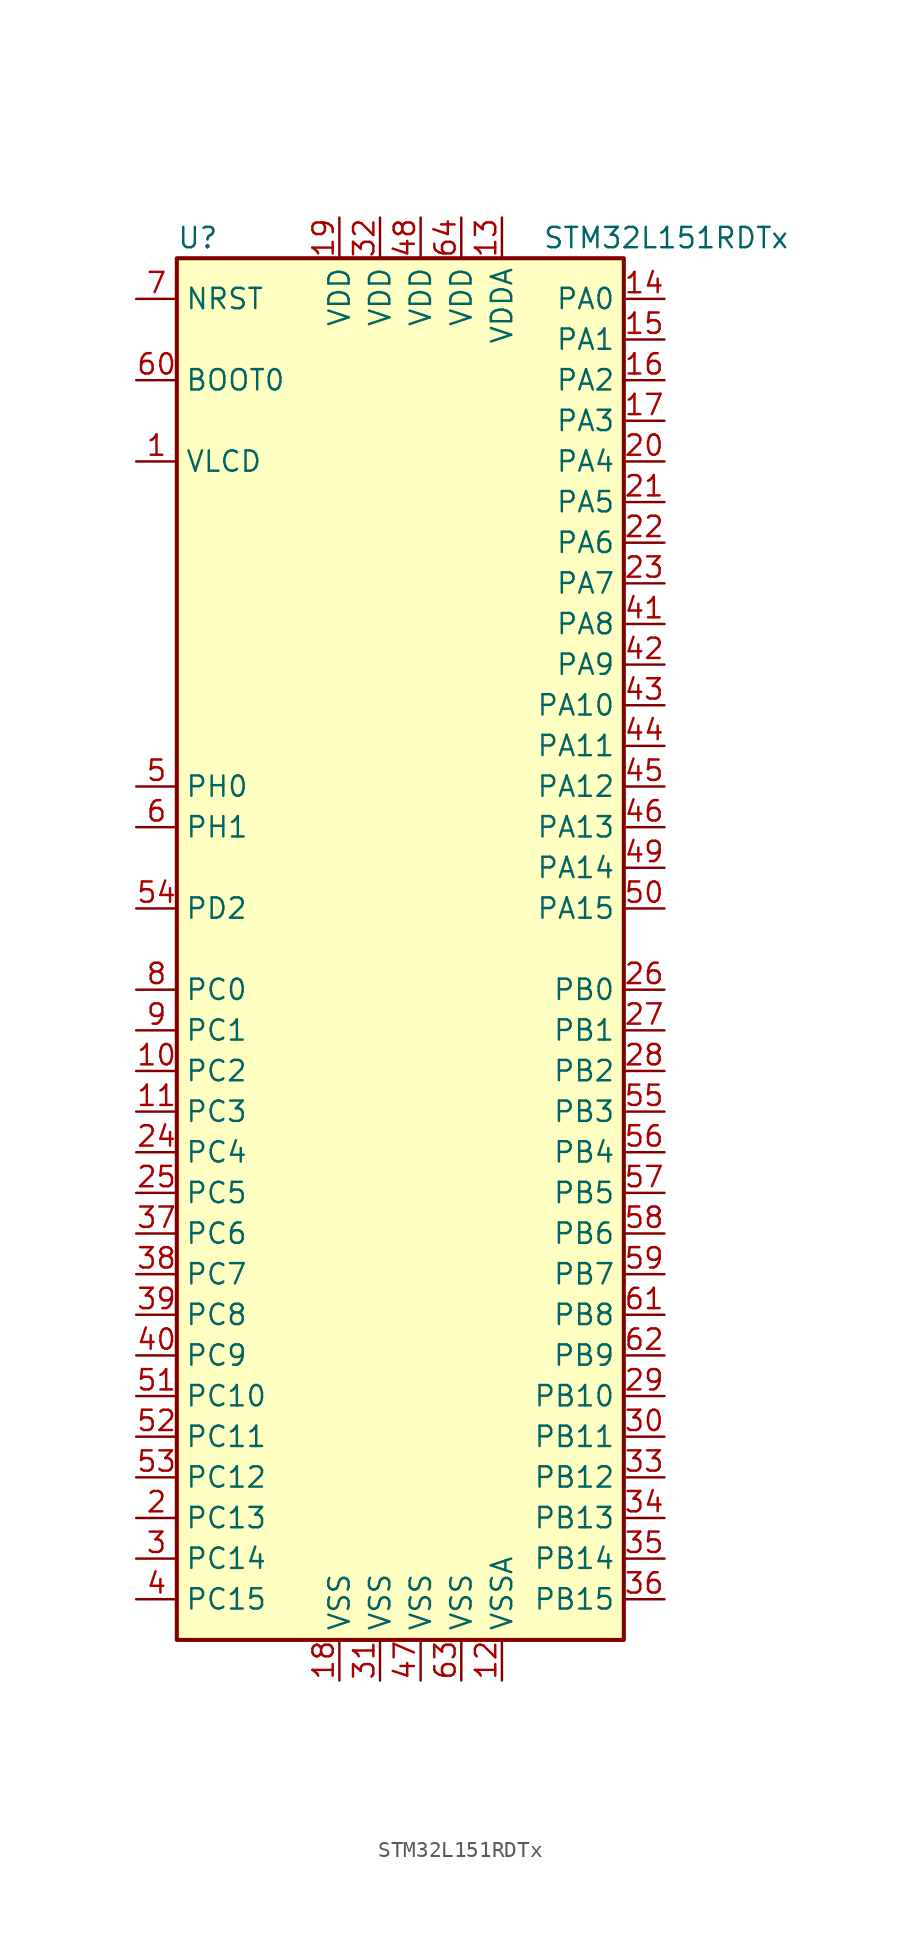
<source format=kicad_sym>
(kicad_symbol_lib
  (version 20211014)
  (generator kicad_symbol_editor)
  (symbol "STM32L151RDTx"
    (property "Reference" "U"
      (at -15.24 44.45 0)
      (effects (font (size 1.27 1.27)) (justify left)))
    (property "Value" "STM32L151RDTx"
      (at 7.62 44.45 0)
      (effects (font (size 1.27 1.27)) (justify left)))
    (symbol "STM32L151RDTx_0_1"
      (rectangle (start -15.24 -43.18) (end 12.7 43.18) (stroke (width 0.254) (type default) (color 0 0 0 0)) (fill (type background))))
    (symbol "STM32L151RDTx_1_1"
      (pin power_in line (at -17.78 30.48 0) (length 2.54) (name "VLCD" (effects (font (size 1.27 1.27)))) (number "1" (effects (font (size 1.27 1.27)))))
      (pin bidirectional line (at -17.78 -7.62 0) (length 2.54) (name "PC2" (effects (font (size 1.27 1.27)))) (number "10" (effects (font (size 1.27 1.27)))))
      (pin bidirectional line (at -17.78 -10.16 0) (length 2.54) (name "PC3" (effects (font (size 1.27 1.27)))) (number "11" (effects (font (size 1.27 1.27)))))
      (pin power_in line (at 5.08 -45.72 90) (length 2.54) (name "VSSA" (effects (font (size 1.27 1.27)))) (number "12" (effects (font (size 1.27 1.27)))))
      (pin power_in line (at 5.08 45.72 270) (length 2.54) (name "VDDA" (effects (font (size 1.27 1.27)))) (number "13" (effects (font (size 1.27 1.27)))))
      (pin bidirectional line (at 15.24 40.64 180) (length 2.54) (name "PA0" (effects (font (size 1.27 1.27)))) (number "14" (effects (font (size 1.27 1.27)))))
      (pin bidirectional line (at 15.24 38.1 180) (length 2.54) (name "PA1" (effects (font (size 1.27 1.27)))) (number "15" (effects (font (size 1.27 1.27)))))
      (pin bidirectional line (at 15.24 35.56 180) (length 2.54) (name "PA2" (effects (font (size 1.27 1.27)))) (number "16" (effects (font (size 1.27 1.27)))))
      (pin bidirectional line (at 15.24 33.02 180) (length 2.54) (name "PA3" (effects (font (size 1.27 1.27)))) (number "17" (effects (font (size 1.27 1.27)))))
      (pin power_in line (at -5.08 -45.72 90) (length 2.54) (name "VSS" (effects (font (size 1.27 1.27)))) (number "18" (effects (font (size 1.27 1.27)))))
      (pin power_in line (at -5.08 45.72 270) (length 2.54) (name "VDD" (effects (font (size 1.27 1.27)))) (number "19" (effects (font (size 1.27 1.27)))))
      (pin bidirectional line (at -17.78 -35.56 0) (length 2.54) (name "PC13" (effects (font (size 1.27 1.27)))) (number "2" (effects (font (size 1.27 1.27)))))
      (pin bidirectional line (at 15.24 30.48 180) (length 2.54) (name "PA4" (effects (font (size 1.27 1.27)))) (number "20" (effects (font (size 1.27 1.27)))))
      (pin bidirectional line (at 15.24 27.94 180) (length 2.54) (name "PA5" (effects (font (size 1.27 1.27)))) (number "21" (effects (font (size 1.27 1.27)))))
      (pin bidirectional line (at 15.24 25.4 180) (length 2.54) (name "PA6" (effects (font (size 1.27 1.27)))) (number "22" (effects (font (size 1.27 1.27)))))
      (pin bidirectional line (at 15.24 22.86 180) (length 2.54) (name "PA7" (effects (font (size 1.27 1.27)))) (number "23" (effects (font (size 1.27 1.27)))))
      (pin bidirectional line (at -17.78 -12.7 0) (length 2.54) (name "PC4" (effects (font (size 1.27 1.27)))) (number "24" (effects (font (size 1.27 1.27)))))
      (pin bidirectional line (at -17.78 -15.24 0) (length 2.54) (name "PC5" (effects (font (size 1.27 1.27)))) (number "25" (effects (font (size 1.27 1.27)))))
      (pin bidirectional line (at 15.24 -2.54 180) (length 2.54) (name "PB0" (effects (font (size 1.27 1.27)))) (number "26" (effects (font (size 1.27 1.27)))))
      (pin bidirectional line (at 15.24 -5.08 180) (length 2.54) (name "PB1" (effects (font (size 1.27 1.27)))) (number "27" (effects (font (size 1.27 1.27)))))
      (pin bidirectional line (at 15.24 -7.62 180) (length 2.54) (name "PB2" (effects (font (size 1.27 1.27)))) (number "28" (effects (font (size 1.27 1.27)))))
      (pin bidirectional line (at 15.24 -27.94 180) (length 2.54) (name "PB10" (effects (font (size 1.27 1.27)))) (number "29" (effects (font (size 1.27 1.27)))))
      (pin bidirectional line (at -17.78 -38.1 0) (length 2.54) (name "PC14" (effects (font (size 1.27 1.27)))) (number "3" (effects (font (size 1.27 1.27)))))
      (pin bidirectional line (at 15.24 -30.48 180) (length 2.54) (name "PB11" (effects (font (size 1.27 1.27)))) (number "30" (effects (font (size 1.27 1.27)))))
      (pin power_in line (at -2.54 -45.72 90) (length 2.54) (name "VSS" (effects (font (size 1.27 1.27)))) (number "31" (effects (font (size 1.27 1.27)))))
      (pin power_in line (at -2.54 45.72 270) (length 2.54) (name "VDD" (effects (font (size 1.27 1.27)))) (number "32" (effects (font (size 1.27 1.27)))))
      (pin bidirectional line (at 15.24 -33.02 180) (length 2.54) (name "PB12" (effects (font (size 1.27 1.27)))) (number "33" (effects (font (size 1.27 1.27)))))
      (pin bidirectional line (at 15.24 -35.56 180) (length 2.54) (name "PB13" (effects (font (size 1.27 1.27)))) (number "34" (effects (font (size 1.27 1.27)))))
      (pin bidirectional line (at 15.24 -38.1 180) (length 2.54) (name "PB14" (effects (font (size 1.27 1.27)))) (number "35" (effects (font (size 1.27 1.27)))))
      (pin bidirectional line (at 15.24 -40.64 180) (length 2.54) (name "PB15" (effects (font (size 1.27 1.27)))) (number "36" (effects (font (size 1.27 1.27)))))
      (pin bidirectional line (at -17.78 -17.78 0) (length 2.54) (name "PC6" (effects (font (size 1.27 1.27)))) (number "37" (effects (font (size 1.27 1.27)))))
      (pin bidirectional line (at -17.78 -20.32 0) (length 2.54) (name "PC7" (effects (font (size 1.27 1.27)))) (number "38" (effects (font (size 1.27 1.27)))))
      (pin bidirectional line (at -17.78 -22.86 0) (length 2.54) (name "PC8" (effects (font (size 1.27 1.27)))) (number "39" (effects (font (size 1.27 1.27)))))
      (pin bidirectional line (at -17.78 -40.64 0) (length 2.54) (name "PC15" (effects (font (size 1.27 1.27)))) (number "4" (effects (font (size 1.27 1.27)))))
      (pin bidirectional line (at -17.78 -25.4 0) (length 2.54) (name "PC9" (effects (font (size 1.27 1.27)))) (number "40" (effects (font (size 1.27 1.27)))))
      (pin bidirectional line (at 15.24 20.32 180) (length 2.54) (name "PA8" (effects (font (size 1.27 1.27)))) (number "41" (effects (font (size 1.27 1.27)))))
      (pin bidirectional line (at 15.24 17.78 180) (length 2.54) (name "PA9" (effects (font (size 1.27 1.27)))) (number "42" (effects (font (size 1.27 1.27)))))
      (pin bidirectional line (at 15.24 15.24 180) (length 2.54) (name "PA10" (effects (font (size 1.27 1.27)))) (number "43" (effects (font (size 1.27 1.27)))))
      (pin bidirectional line (at 15.24 12.7 180) (length 2.54) (name "PA11" (effects (font (size 1.27 1.27)))) (number "44" (effects (font (size 1.27 1.27)))))
      (pin bidirectional line (at 15.24 10.16 180) (length 2.54) (name "PA12" (effects (font (size 1.27 1.27)))) (number "45" (effects (font (size 1.27 1.27)))))
      (pin bidirectional line (at 15.24 7.62 180) (length 2.54) (name "PA13" (effects (font (size 1.27 1.27)))) (number "46" (effects (font (size 1.27 1.27)))))
      (pin power_in line (at 0 -45.72 90) (length 2.54) (name "VSS" (effects (font (size 1.27 1.27)))) (number "47" (effects (font (size 1.27 1.27)))))
      (pin power_in line (at 0 45.72 270) (length 2.54) (name "VDD" (effects (font (size 1.27 1.27)))) (number "48" (effects (font (size 1.27 1.27)))))
      (pin bidirectional line (at 15.24 5.08 180) (length 2.54) (name "PA14" (effects (font (size 1.27 1.27)))) (number "49" (effects (font (size 1.27 1.27)))))
      (pin input line (at -17.78 10.16 0) (length 2.54) (name "PH0" (effects (font (size 1.27 1.27)))) (number "5" (effects (font (size 1.27 1.27)))))
      (pin bidirectional line (at 15.24 2.54 180) (length 2.54) (name "PA15" (effects (font (size 1.27 1.27)))) (number "50" (effects (font (size 1.27 1.27)))))
      (pin bidirectional line (at -17.78 -27.94 0) (length 2.54) (name "PC10" (effects (font (size 1.27 1.27)))) (number "51" (effects (font (size 1.27 1.27)))))
      (pin bidirectional line (at -17.78 -30.48 0) (length 2.54) (name "PC11" (effects (font (size 1.27 1.27)))) (number "52" (effects (font (size 1.27 1.27)))))
      (pin bidirectional line (at -17.78 -33.02 0) (length 2.54) (name "PC12" (effects (font (size 1.27 1.27)))) (number "53" (effects (font (size 1.27 1.27)))))
      (pin bidirectional line (at -17.78 2.54 0) (length 2.54) (name "PD2" (effects (font (size 1.27 1.27)))) (number "54" (effects (font (size 1.27 1.27)))))
      (pin bidirectional line (at 15.24 -10.16 180) (length 2.54) (name "PB3" (effects (font (size 1.27 1.27)))) (number "55" (effects (font (size 1.27 1.27)))))
      (pin bidirectional line (at 15.24 -12.7 180) (length 2.54) (name "PB4" (effects (font (size 1.27 1.27)))) (number "56" (effects (font (size 1.27 1.27)))))
      (pin bidirectional line (at 15.24 -15.24 180) (length 2.54) (name "PB5" (effects (font (size 1.27 1.27)))) (number "57" (effects (font (size 1.27 1.27)))))
      (pin bidirectional line (at 15.24 -17.78 180) (length 2.54) (name "PB6" (effects (font (size 1.27 1.27)))) (number "58" (effects (font (size 1.27 1.27)))))
      (pin bidirectional line (at 15.24 -20.32 180) (length 2.54) (name "PB7" (effects (font (size 1.27 1.27)))) (number "59" (effects (font (size 1.27 1.27)))))
      (pin input line (at -17.78 7.62 0) (length 2.54) (name "PH1" (effects (font (size 1.27 1.27)))) (number "6" (effects (font (size 1.27 1.27)))))
      (pin input line (at -17.78 35.56 0) (length 2.54) (name "BOOT0" (effects (font (size 1.27 1.27)))) (number "60" (effects (font (size 1.27 1.27)))))
      (pin bidirectional line (at 15.24 -22.86 180) (length 2.54) (name "PB8" (effects (font (size 1.27 1.27)))) (number "61" (effects (font (size 1.27 1.27)))))
      (pin bidirectional line (at 15.24 -25.4 180) (length 2.54) (name "PB9" (effects (font (size 1.27 1.27)))) (number "62" (effects (font (size 1.27 1.27)))))
      (pin power_in line (at 2.54 -45.72 90) (length 2.54) (name "VSS" (effects (font (size 1.27 1.27)))) (number "63" (effects (font (size 1.27 1.27)))))
      (pin power_in line (at 2.54 45.72 270) (length 2.54) (name "VDD" (effects (font (size 1.27 1.27)))) (number "64" (effects (font (size 1.27 1.27)))))
      (pin input line (at -17.78 40.64 0) (length 2.54) (name "NRST" (effects (font (size 1.27 1.27)))) (number "7" (effects (font (size 1.27 1.27)))))
      (pin bidirectional line (at -17.78 -2.54 0) (length 2.54) (name "PC0" (effects (font (size 1.27 1.27)))) (number "8" (effects (font (size 1.27 1.27)))))
      (pin bidirectional line (at -17.78 -5.08 0) (length 2.54) (name "PC1" (effects (font (size 1.27 1.27)))) (number "9" (effects (font (size 1.27 1.27))))))))
</source>
